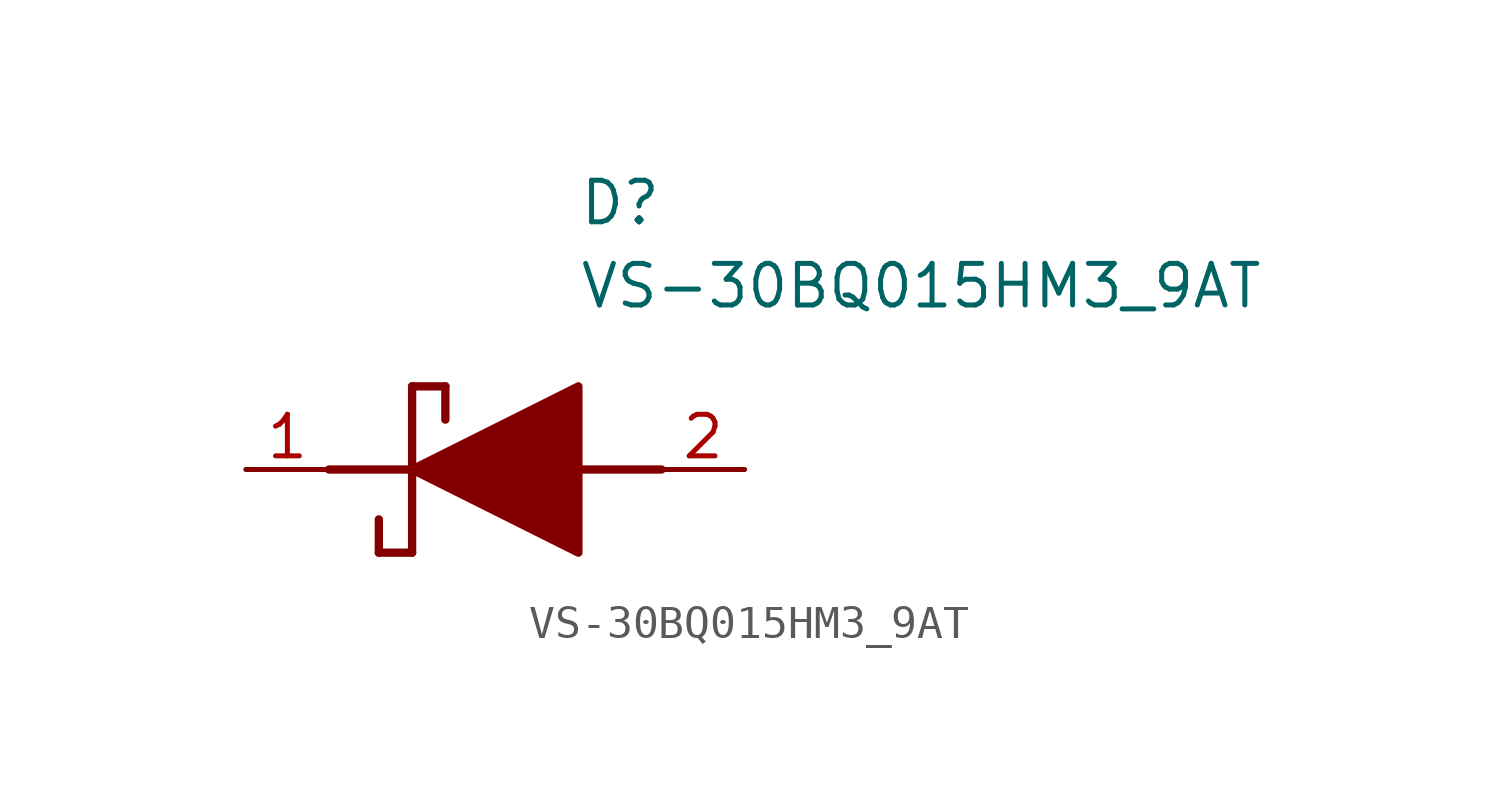
<source format=kicad_sym>
(kicad_symbol_lib
  (version 20211014)
  (generator SamacSys_ECAD_Model)
  (symbol "VS-30BQ015HM3_9AT"
    (pin_names hide)
    (property "Reference" "D"
      (at 12.7 8.89 0)
      (effects (font (size 1.27 1.27)) (justify left top)))
    (property "Value" "VS-30BQ015HM3_9AT"
      (at 12.7 6.35 0)
      (effects (font (size 1.27 1.27)) (justify left top)))
    (polyline
      (pts (xy 7.62 2.54) (xy 7.62 -2.54))
      (stroke (width 0.254) (type default))
      (fill (type none)))
    (polyline
      (pts (xy 7.62 2.54) (xy 8.636 2.54))
      (stroke (width 0.254) (type default))
      (fill (type none)))
    (polyline
      (pts (xy 8.636 1.524) (xy 8.636 2.54))
      (stroke (width 0.254) (type default))
      (fill (type none)))
    (polyline
      (pts (xy 7.62 -2.54) (xy 6.604 -2.54))
      (stroke (width 0.254) (type default))
      (fill (type none)))
    (polyline
      (pts (xy 6.604 -1.524) (xy 6.604 -2.54))
      (stroke (width 0.254) (type default))
      (fill (type none)))
    (polyline
      (pts (xy 5.08 0) (xy 7.62 0))
      (stroke (width 0.254) (type default))
      (fill (type none)))
    (polyline
      (pts (xy 12.7 0) (xy 15.24 0))
      (stroke (width 0.254) (type default))
      (fill (type none)))
    (polyline
      (pts (xy 7.62 0) (xy 12.7 2.54) (xy 12.7 -2.54) (xy 7.62 0))
      (stroke (width 0.254) (type default))
      (fill (type outline)))
    (pin passive line
      (at 2.54 0 0)
      (length 2.54)
      (name "K" (effects (font (size 1.27 1.27))))
      (number "1" (effects (font (size 1.27 1.27)))))
    (pin passive line
      (at 17.78 0 180)
      (length 2.54)
      (name "A" (effects (font (size 1.27 1.27))))
      (number "2" (effects (font (size 1.27 1.27)))))))
</source>
